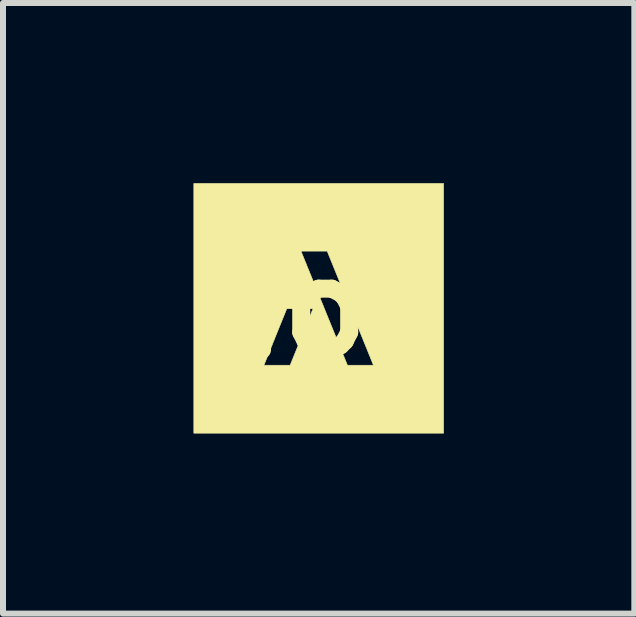
<source format=kicad_pcb>
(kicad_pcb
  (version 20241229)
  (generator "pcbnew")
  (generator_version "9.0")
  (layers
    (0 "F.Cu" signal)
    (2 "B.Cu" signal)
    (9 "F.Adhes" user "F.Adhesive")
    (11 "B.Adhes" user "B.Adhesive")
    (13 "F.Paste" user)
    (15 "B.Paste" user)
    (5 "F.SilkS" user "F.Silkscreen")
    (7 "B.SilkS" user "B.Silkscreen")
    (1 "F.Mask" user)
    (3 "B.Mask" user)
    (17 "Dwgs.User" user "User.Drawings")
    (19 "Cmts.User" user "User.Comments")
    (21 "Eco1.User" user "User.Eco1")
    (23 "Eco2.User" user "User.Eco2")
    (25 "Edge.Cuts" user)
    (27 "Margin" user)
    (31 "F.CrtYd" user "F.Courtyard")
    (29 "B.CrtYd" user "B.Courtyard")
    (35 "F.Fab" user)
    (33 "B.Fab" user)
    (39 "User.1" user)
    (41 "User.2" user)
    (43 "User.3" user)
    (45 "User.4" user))
  (footprint "aov"
    (layer "F.Cu")
    (at 2.257 2.084)
    (property "Reference" "aov" (at 0 0 0) (layer "F.SilkS") (effects (font (size 1.524 1.524) (thickness 0.3))))
    (attr through_hole)
    (fp_poly (pts (xy 2.08 2.08) (xy -2.079 2.08) (xy -2.079 0.949) (xy -0.912 0.949) (xy -0.912 0.949) (xy -0.91 0.949) (xy -0.908 0.949) (xy -0.905 0.949) (xy -0.901 0.949) (xy -0.896 0.949) (xy -0.89 0.949) (xy -0.883 0.949) (xy -0.876 0.949) (xy -0.868 0.949) (xy -0.859 0.949) (xy -0.85 0.949) (xy -0.84 0.949) (xy -0.829 0.949) (xy -0.818 0.949) (xy -0.807 0.949) (xy -0.795 0.949) (xy -0.782 0.949) (xy -0.769 0.949) (xy -0.756 0.949) (xy -0.742 0.949) (xy -0.728 0.949) (xy -0.713 0.949) (xy -0.699 0.949) (xy -0.475 0.949) (xy -0.284 0.478) (xy -0.276 0.457) (xy -0.268 0.436) (xy -0.259 0.416) (xy -0.251 0.396) (xy -0.243 0.376) (xy -0.235 0.356) (xy -0.228 0.337) (xy -0.22 0.318) (xy -0.212 0.3) (xy -0.205 0.282) (xy -0.198 0.264) (xy -0.191 0.247) (xy -0.184 0.23) (xy -0.177 0.213) (xy -0.171 0.197) (xy -0.165 0.182) (xy -0.159 0.167) (xy -0.153 0.153) (xy -0.147 0.139) (xy -0.142 0.125) (xy -0.137 0.113) (xy -0.132 0.101) (xy -0.127 0.089) (xy -0.123 0.078) (xy -0.119 0.068) (xy -0.115 0.059) (xy -0.111 0.05) (xy -0.108 0.042) (xy -0.105 0.035) (xy -0.103 0.028) (xy -0.1 0.023) (xy -0.098 0.018) (xy -0.097 0.014) (xy -0.095 0.01) (xy -0.094 0.008) (xy -0.094 0.006) (xy -0.094 0.006) (xy -0.094 0.006) (xy -0.094 0.006) (xy -0.096 0.006) (xy -0.098 0.006) (xy -0.101 0.006) (xy -0.105 0.006) (xy -0.11 0.006) (xy -0.116 0.006) (xy -0.123 0.006) (xy -0.13 0.006) (xy -0.138 0.006) (xy -0.147 0.006) (xy -0.156 0.006) (xy -0.166 0.006) (xy -0.177 0.006) (xy -0.188 0.006) (xy -0.199 0.006) (xy -0.211 0.006) (xy -0.224 0.006) (xy -0.237 0.006) (xy -0.25 0.006) (xy -0.264 0.006) (xy -0.278 0.006) (xy -0.293 0.006) (xy -0.307 0.006) (xy -0.312 0.006) (xy -0.531 0.006) (xy -0.722 0.477) (xy -0.73 0.498) (xy -0.738 0.519) (xy -0.747 0.539) (xy -0.755 0.559) (xy -0.763 0.579) (xy -0.771 0.599) (xy -0.778 0.618) (xy -0.786 0.637) (xy -0.794 0.655) (xy -0.801 0.673) (xy -0.808 0.691) (xy -0.815 0.708) (xy -0.822 0.725) (xy -0.829 0.742) (xy -0.835 0.758) (xy -0.841 0.773) (xy -0.847 0.788) (xy -0.853 0.802) (xy -0.859 0.816) (xy -0.864 0.83) (xy -0.869 0.842) (xy -0.874 0.854) (xy -0.879 0.866) (xy -0.883 0.877) (xy -0.887 0.887) (xy -0.891 0.896) (xy -0.895 0.905) (xy -0.898 0.913) (xy -0.901 0.92) (xy -0.903 0.927) (xy -0.906 0.932) (xy -0.908 0.937) (xy -0.909 0.941) (xy -0.911 0.945) (xy -0.912 0.947) (xy -0.912 0.948) (xy -0.912 0.949) (xy -0.912 0.949) (xy -2.079 0.949) (xy -2.079 -0.951) (xy -0.295 -0.951) (xy -0.295 -0.951) (xy -0.295 -0.95) (xy -0.294 -0.949) (xy -0.293 -0.947) (xy -0.292 -0.944) (xy -0.29 -0.939) (xy -0.288 -0.935) (xy -0.286 -0.929) (xy -0.283 -0.922) (xy -0.28 -0.915) (xy -0.277 -0.907) (xy -0.273 -0.898) (xy -0.269 -0.888) (xy -0.265 -0.878) (xy -0.26 -0.866) (xy -0.255 -0.854) (xy -0.25 -0.842) (xy -0.245 -0.828) (xy -0.239 -0.814) (xy -0.233 -0.799) (xy -0.227 -0.784) (xy -0.22 -0.768) (xy -0.213 -0.751) (xy -0.206 -0.734) (xy -0.199 -0.716) (xy -0.192 -0.697) (xy -0.184 -0.678) (xy -0.176 -0.659) (xy -0.168 -0.638) (xy -0.159 -0.618) (xy -0.15 -0.596) (xy -0.142 -0.574) (xy -0.132 -0.552) (xy -0.123 -0.529) (xy -0.114 -0.506) (xy -0.104 -0.482) (xy -0.094 -0.458) (xy -0.084 -0.433) (xy -0.074 -0.408) (xy -0.064 -0.383) (xy -0.053 -0.357) (xy -0.042 -0.331) (xy -0.032 -0.304) (xy -0.021 -0.277) (xy -0.01 -0.25) (xy 0.002 -0.223) (xy 0.013 -0.195) (xy 0.025 -0.166) (xy 0.036 -0.138) (xy 0.048 -0.109) (xy 0.06 -0.08) (xy 0.072 -0.051) (xy 0.084 -0.022) (xy 0.092 -0.000373) (xy 0.479 0.949) (xy 0.71 0.949) (xy 0.725 0.949) (xy 0.739 0.949) (xy 0.753 0.949) (xy 0.766 0.949) (xy 0.779 0.949) (xy 0.792 0.949) (xy 0.804 0.949) (xy 0.816 0.949) (xy 0.827 0.949) (xy 0.838 0.949) (xy 0.848 0.949) (xy 0.857 0.949) (xy 0.866 0.949) (xy 0.874 0.949) (xy 0.882 0.949) (xy 0.889 0.949) (xy 0.895 0.949) (xy 0.9 0.949) (xy 0.904 0.949) (xy 0.908 0.949) (xy 0.91 0.949) (xy 0.912 0.949) (xy 0.913 0.949) (xy 0.913 0.949) (xy 0.913 0.949) (xy 0.912 0.947) (xy 0.911 0.945) (xy 0.91 0.942) (xy 0.908 0.938) (xy 0.906 0.933) (xy 0.904 0.927) (xy 0.901 0.921) (xy 0.898 0.913) (xy 0.895 0.905) (xy 0.891 0.896) (xy 0.888 0.887) (xy 0.883 0.876) (xy 0.879 0.865) (xy 0.874 0.853) (xy 0.869 0.84) (xy 0.863 0.827) (xy 0.858 0.813) (xy 0.852 0.798) (xy 0.845 0.783) (xy 0.839 0.767) (xy 0.832 0.75) (xy 0.825 0.733) (xy 0.818 0.715) (xy 0.81 0.696) (xy 0.803 0.677) (xy 0.795 0.657) (xy 0.786 0.637) (xy 0.778 0.616) (xy 0.769 0.595) (xy 0.76 0.573) (xy 0.751 0.551) (xy 0.742 0.528) (xy 0.733 0.505) (xy 0.723 0.481) (xy 0.713 0.457) (xy 0.703 0.432) (xy 0.693 0.407) (xy 0.683 0.382) (xy 0.672 0.356) (xy 0.662 0.33) (xy 0.651 0.303) (xy 0.64 0.276) (xy 0.629 0.249) (xy 0.618 0.221) (xy 0.606 0.193) (xy 0.595 0.165) (xy 0.583 0.137) (xy 0.572 0.108) (xy 0.56 0.079) (xy 0.548 0.05) (xy 0.536 0.02) (xy 0.528 -0.001) (xy 0.142 -0.952) (xy -0.076 -0.952) (xy -0.094 -0.952) (xy -0.111 -0.952) (xy -0.126 -0.952) (xy -0.141 -0.952) (xy -0.155 -0.952) (xy -0.168 -0.952) (xy -0.18 -0.952) (xy -0.192 -0.952) (xy -0.202 -0.952) (xy -0.212 -0.952) (xy -0.221 -0.952) (xy -0.23 -0.952) (xy -0.237 -0.952) (xy -0.245 -0.952) (xy -0.251 -0.952) (xy -0.257 -0.952) (xy -0.262 -0.952) (xy -0.267 -0.952) (xy -0.272 -0.952) (xy -0.275 -0.952) (xy -0.279 -0.952) (xy -0.282 -0.952) (xy -0.284 -0.951) (xy -0.287 -0.951) (xy -0.289 -0.951) (xy -0.29 -0.951) (xy -0.291 -0.951) (xy -0.292 -0.951) (xy -0.293 -0.951) (xy -0.294 -0.951) (xy -0.294 -0.951) (xy -0.295 -0.951) (xy -0.295 -0.951) (xy -0.295 -0.951) (xy -2.079 -0.951) (xy -2.079 -2.079) (xy 2.08 -2.079) (xy 2.08 2.08)) (stroke (width 0.01) (type solid)) (fill yes) (layer "F.SilkS")))
  (gr_rect
    (start -3 -3)
    (end 7.514 7.169)
    (stroke (width 0.1) (type default))
    (fill no)
    (layer "Edge.Cuts")))
</source>
